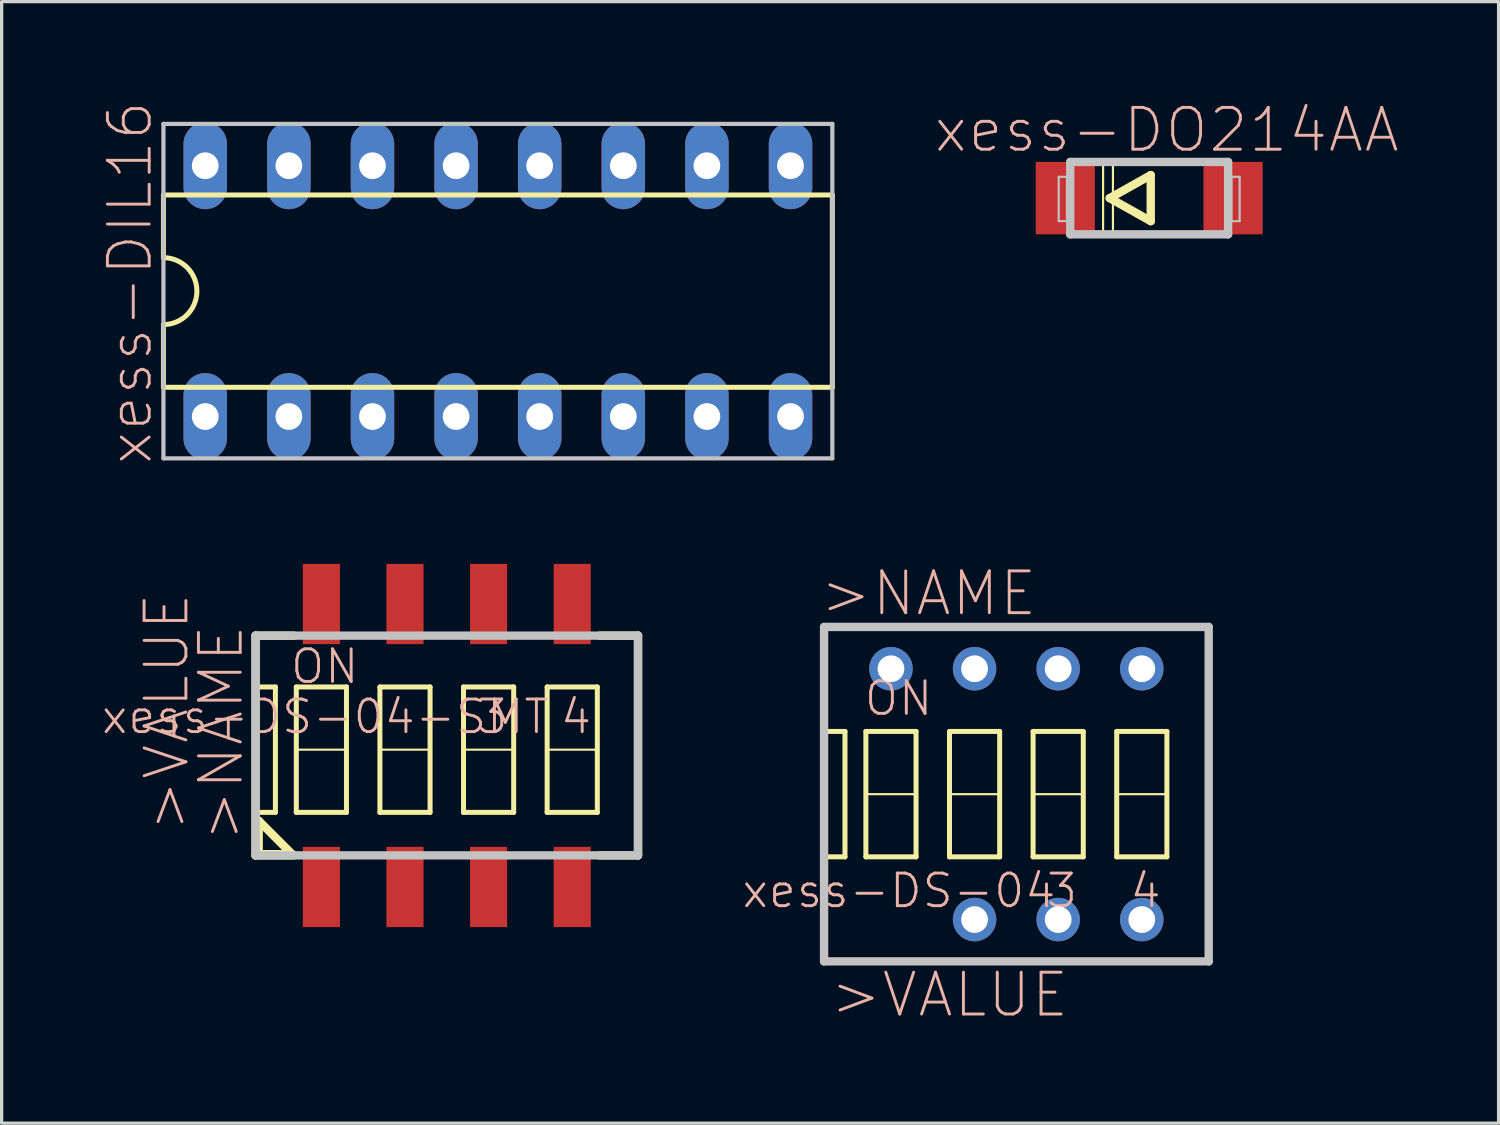
<source format=kicad_pcb>
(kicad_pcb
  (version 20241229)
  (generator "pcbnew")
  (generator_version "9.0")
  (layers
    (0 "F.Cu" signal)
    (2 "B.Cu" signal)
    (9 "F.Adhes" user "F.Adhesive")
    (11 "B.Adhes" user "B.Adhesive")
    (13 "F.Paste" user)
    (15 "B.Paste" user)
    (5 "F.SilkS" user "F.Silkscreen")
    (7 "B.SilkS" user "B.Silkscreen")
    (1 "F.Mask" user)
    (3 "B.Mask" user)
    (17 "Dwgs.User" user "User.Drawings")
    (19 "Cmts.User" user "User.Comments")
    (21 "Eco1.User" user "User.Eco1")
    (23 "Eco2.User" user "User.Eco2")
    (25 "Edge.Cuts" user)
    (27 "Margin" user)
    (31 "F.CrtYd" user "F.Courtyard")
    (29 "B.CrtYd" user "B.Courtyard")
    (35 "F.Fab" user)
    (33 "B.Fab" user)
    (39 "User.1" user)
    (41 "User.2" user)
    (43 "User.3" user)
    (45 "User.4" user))
  (footprint "xess-DS-04"
    (layer "F.Cu")
    (at 27.826 21.075)
    (property "Reference" "xess-DS-04" (at -3.569 2.934 0) (layer "B.SilkS") (effects (font (size 0.991 0.991) (thickness 0.089))))
    (attr exclude_from_pos_files exclude_from_bom)
    (fp_line (start -5.842 -5.08) (end -5.842 -1.905) (stroke (width 0.152) (type solid)) (layer "F.SilkS"))
    (fp_line (start -5.842 -1.905) (end -5.842 1.905) (stroke (width 0.152) (type solid)) (layer "F.SilkS"))
    (fp_line (start -5.842 -1.905) (end -5.207 -1.905) (stroke (width 0.152) (type solid)) (layer "F.SilkS"))
    (fp_line (start -5.842 1.905) (end -5.842 5.08) (stroke (width 0.152) (type solid)) (layer "F.SilkS"))
    (fp_line (start -5.842 1.905) (end -5.207 1.905) (stroke (width 0.152) (type solid)) (layer "F.SilkS"))
    (fp_line (start -5.842 5.08) (end 5.842 5.08) (stroke (width 0.152) (type solid)) (layer "F.SilkS"))
    (fp_line (start -5.207 1.905) (end -5.207 -1.905) (stroke (width 0.152) (type solid)) (layer "F.SilkS"))
    (fp_line (start -4.572 -1.905) (end -4.572 1.905) (stroke (width 0.152) (type solid)) (layer "F.SilkS"))
    (fp_line (start -4.572 -1.905) (end -3.048 -1.905) (stroke (width 0.152) (type solid)) (layer "F.SilkS"))
    (fp_line (start -4.572 0) (end -3.048 0) (stroke (width 0.066) (type solid)) (layer "F.SilkS"))
    (fp_line (start -4.572 1.905) (end -4.572 0) (stroke (width 0.066) (type solid)) (layer "F.SilkS"))
    (fp_line (start -4.572 1.905) (end -3.048 1.905) (stroke (width 0.066) (type solid)) (layer "F.SilkS"))
    (fp_line (start -3.048 1.905) (end -4.572 1.905) (stroke (width 0.152) (type solid)) (layer "F.SilkS"))
    (fp_line (start -3.048 1.905) (end -3.048 -1.905) (stroke (width 0.152) (type solid)) (layer "F.SilkS"))
    (fp_line (start -3.048 1.905) (end -3.048 0) (stroke (width 0.066) (type solid)) (layer "F.SilkS"))
    (fp_line (start -2.032 -1.905) (end -2.032 1.905) (stroke (width 0.152) (type solid)) (layer "F.SilkS"))
    (fp_line (start -2.032 -1.905) (end -0.508 -1.905) (stroke (width 0.152) (type solid)) (layer "F.SilkS"))
    (fp_line (start -2.032 0) (end -0.508 0) (stroke (width 0.066) (type solid)) (layer "F.SilkS"))
    (fp_line (start -2.032 1.905) (end -2.032 0) (stroke (width 0.066) (type solid)) (layer "F.SilkS"))
    (fp_line (start -2.032 1.905) (end -0.508 1.905) (stroke (width 0.066) (type solid)) (layer "F.SilkS"))
    (fp_line (start -0.508 1.905) (end -2.032 1.905) (stroke (width 0.152) (type solid)) (layer "F.SilkS"))
    (fp_line (start -0.508 1.905) (end -0.508 -1.905) (stroke (width 0.152) (type solid)) (layer "F.SilkS"))
    (fp_line (start -0.508 1.905) (end -0.508 0) (stroke (width 0.066) (type solid)) (layer "F.SilkS"))
    (fp_line (start 0.508 -1.905) (end 0.508 1.905) (stroke (width 0.152) (type solid)) (layer "F.SilkS"))
    (fp_line (start 0.508 -1.905) (end 2.032 -1.905) (stroke (width 0.152) (type solid)) (layer "F.SilkS"))
    (fp_line (start 0.508 0) (end 2.032 0) (stroke (width 0.066) (type solid)) (layer "F.SilkS"))
    (fp_line (start 0.508 1.905) (end 0.508 0) (stroke (width 0.066) (type solid)) (layer "F.SilkS"))
    (fp_line (start 0.508 1.905) (end 2.032 1.905) (stroke (width 0.066) (type solid)) (layer "F.SilkS"))
    (fp_line (start 2.032 1.905) (end 0.508 1.905) (stroke (width 0.152) (type solid)) (layer "F.SilkS"))
    (fp_line (start 2.032 1.905) (end 2.032 -1.905) (stroke (width 0.152) (type solid)) (layer "F.SilkS"))
    (fp_line (start 2.032 1.905) (end 2.032 0) (stroke (width 0.066) (type solid)) (layer "F.SilkS"))
    (fp_line (start 3.048 -1.905) (end 3.048 1.905) (stroke (width 0.152) (type solid)) (layer "F.SilkS"))
    (fp_line (start 3.048 -1.905) (end 4.572 -1.905) (stroke (width 0.152) (type solid)) (layer "F.SilkS"))
    (fp_line (start 3.048 0) (end 4.572 0) (stroke (width 0.066) (type solid)) (layer "F.SilkS"))
    (fp_line (start 3.048 1.905) (end 3.048 0) (stroke (width 0.066) (type solid)) (layer "F.SilkS"))
    (fp_line (start 3.048 1.905) (end 4.572 1.905) (stroke (width 0.066) (type solid)) (layer "F.SilkS"))
    (fp_line (start 4.572 1.905) (end 3.048 1.905) (stroke (width 0.152) (type solid)) (layer "F.SilkS"))
    (fp_line (start 4.572 1.905) (end 4.572 -1.905) (stroke (width 0.152) (type solid)) (layer "F.SilkS"))
    (fp_line (start 4.572 1.905) (end 4.572 0) (stroke (width 0.066) (type solid)) (layer "F.SilkS"))
    (fp_line (start 5.842 -5.08) (end -5.842 -5.08) (stroke (width 0.152) (type solid)) (layer "F.SilkS"))
    (fp_line (start 5.842 5.08) (end 5.842 -5.08) (stroke (width 0.152) (type solid)) (layer "F.SilkS"))
    (fp_line (start -5.842 -5.08) (end -5.842 5.08) (stroke (width 0.254) (type solid)) (layer "Dwgs.User"))
    (fp_line (start -5.842 5.08) (end 5.842 5.08) (stroke (width 0.254) (type solid)) (layer "Dwgs.User"))
    (fp_line (start 5.842 -5.08) (end -5.842 -5.08) (stroke (width 0.254) (type solid)) (layer "Dwgs.User"))
    (fp_line (start 5.842 5.08) (end 5.842 -5.08) (stroke (width 0.254) (type solid)) (layer "Dwgs.User"))
    (fp_text user "4" (at 3.924 2.934 0) (layer "B.SilkS") (effects (font (size 0.991 0.991) (thickness 0.089))))
    (fp_text user ">NAME" (at -2.667 -6.096 0) (layer "B.SilkS") (effects (font (size 1.27 1.27) (thickness 0.089))))
    (fp_text user "ON" (at -3.579 -2.908 0) (layer "B.SilkS") (effects (font (size 0.991 0.991) (thickness 0.089))))
    (fp_text user ">VALUE" (at -2.032 6.096 0) (layer "B.SilkS") (effects (font (size 1.27 1.27) (thickness 0.089))))
    (fp_text user "3" (at 1.384 2.934 0) (layer "B.SilkS") (effects (font (size 0.991 0.991) (thickness 0.089))))
    (pad "1" thru_hole rect (at -3.81 3.81) (size 0.001 0.001) (drill 0.813) (layers "*.Cu" "*.Mask"))
    (pad "2" thru_hole circle (at -1.27 3.81) (size 1.321 1.321) (drill 0.813) (layers "*.Cu" "*.Mask"))
    (pad "3" thru_hole circle (at 1.27 3.81) (size 1.321 1.321) (drill 0.813) (layers "*.Cu" "*.Mask"))
    (pad "4" thru_hole circle (at 3.81 3.81) (size 1.321 1.321) (drill 0.813) (layers "*.Cu" "*.Mask"))
    (pad "5" thru_hole circle (at 3.81 -3.81) (size 1.321 1.321) (drill 0.813) (layers "*.Cu" "*.Mask"))
    (pad "6" thru_hole circle (at 1.27 -3.81) (size 1.321 1.321) (drill 0.813) (layers "*.Cu" "*.Mask"))
    (pad "7" thru_hole circle (at -1.27 -3.81) (size 1.321 1.321) (drill 0.813) (layers "*.Cu" "*.Mask"))
    (pad "8" thru_hole circle (at -3.81 -3.81) (size 1.321 1.321) (drill 0.813) (layers "*.Cu" "*.Mask")))
  (footprint "xess-DS-04-SMT"
    (layer "F.Cu")
    (at 10.523 19.597)
    (property "Reference" "xess-DS-04-SMT" (at -3.696 -0.876 0) (layer "B.SilkS") (effects (font (size 0.991 0.991) (thickness 0.089))))
    (attr smd)
    (fp_line (start -5.842 -1.778) (end -5.842 2.032) (stroke (width 0.152) (type solid)) (layer "F.SilkS"))
    (fp_line (start -5.842 -1.778) (end -5.207 -1.778) (stroke (width 0.152) (type solid)) (layer "F.SilkS"))
    (fp_line (start -5.842 2.032) (end -5.207 2.032) (stroke (width 0.152) (type solid)) (layer "F.SilkS"))
    (fp_line (start -5.809 -3.338) (end -4.648 -3.338) (stroke (width 0.254) (type solid)) (layer "F.SilkS"))
    (fp_line (start -5.809 3.338) (end -5.809 -3.338) (stroke (width 0.254) (type solid)) (layer "F.SilkS"))
    (fp_line (start -5.715 2.286) (end -4.699 3.302) (stroke (width 0.254) (type solid)) (layer "F.SilkS"))
    (fp_line (start -5.715 3.302) (end -5.715 2.286) (stroke (width 0.254) (type solid)) (layer "F.SilkS"))
    (fp_line (start -5.207 2.032) (end -5.207 -1.778) (stroke (width 0.152) (type solid)) (layer "F.SilkS"))
    (fp_line (start -4.699 3.302) (end -5.715 3.302) (stroke (width 0.254) (type solid)) (layer "F.SilkS"))
    (fp_line (start -4.648 3.338) (end -5.809 3.338) (stroke (width 0.254) (type solid)) (layer "F.SilkS"))
    (fp_line (start -4.572 -1.778) (end -4.572 2.032) (stroke (width 0.152) (type solid)) (layer "F.SilkS"))
    (fp_line (start -4.572 -1.778) (end -3.048 -1.778) (stroke (width 0.152) (type solid)) (layer "F.SilkS"))
    (fp_line (start -4.572 0.127) (end -3.048 0.127) (stroke (width 0.066) (type solid)) (layer "F.SilkS"))
    (fp_line (start -4.572 2.032) (end -4.572 0.127) (stroke (width 0.066) (type solid)) (layer "F.SilkS"))
    (fp_line (start -4.572 2.032) (end -3.048 2.032) (stroke (width 0.066) (type solid)) (layer "F.SilkS"))
    (fp_line (start -3.048 2.032) (end -4.572 2.032) (stroke (width 0.152) (type solid)) (layer "F.SilkS"))
    (fp_line (start -3.048 2.032) (end -3.048 -1.778) (stroke (width 0.152) (type solid)) (layer "F.SilkS"))
    (fp_line (start -3.048 2.032) (end -3.048 0.127) (stroke (width 0.066) (type solid)) (layer "F.SilkS"))
    (fp_line (start -2.032 -1.778) (end -2.032 2.032) (stroke (width 0.152) (type solid)) (layer "F.SilkS"))
    (fp_line (start -2.032 -1.778) (end -0.508 -1.778) (stroke (width 0.152) (type solid)) (layer "F.SilkS"))
    (fp_line (start -2.032 0.127) (end -0.508 0.127) (stroke (width 0.066) (type solid)) (layer "F.SilkS"))
    (fp_line (start -2.032 2.032) (end -2.032 0.127) (stroke (width 0.066) (type solid)) (layer "F.SilkS"))
    (fp_line (start -2.032 2.032) (end -0.508 2.032) (stroke (width 0.066) (type solid)) (layer "F.SilkS"))
    (fp_line (start -0.508 2.032) (end -2.032 2.032) (stroke (width 0.152) (type solid)) (layer "F.SilkS"))
    (fp_line (start -0.508 2.032) (end -0.508 -1.778) (stroke (width 0.152) (type solid)) (layer "F.SilkS"))
    (fp_line (start -0.508 2.032) (end -0.508 0.127) (stroke (width 0.066) (type solid)) (layer "F.SilkS"))
    (fp_line (start 0.508 -1.778) (end 0.508 2.032) (stroke (width 0.152) (type solid)) (layer "F.SilkS"))
    (fp_line (start 0.508 -1.778) (end 2.032 -1.778) (stroke (width 0.152) (type solid)) (layer "F.SilkS"))
    (fp_line (start 0.508 0.127) (end 2.032 0.127) (stroke (width 0.066) (type solid)) (layer "F.SilkS"))
    (fp_line (start 0.508 2.032) (end 0.508 0.127) (stroke (width 0.066) (type solid)) (layer "F.SilkS"))
    (fp_line (start 0.508 2.032) (end 2.032 2.032) (stroke (width 0.066) (type solid)) (layer "F.SilkS"))
    (fp_line (start 2.032 2.032) (end 0.508 2.032) (stroke (width 0.152) (type solid)) (layer "F.SilkS"))
    (fp_line (start 2.032 2.032) (end 2.032 -1.778) (stroke (width 0.152) (type solid)) (layer "F.SilkS"))
    (fp_line (start 2.032 2.032) (end 2.032 0.127) (stroke (width 0.066) (type solid)) (layer "F.SilkS"))
    (fp_line (start 3.048 -1.778) (end 3.048 2.032) (stroke (width 0.152) (type solid)) (layer "F.SilkS"))
    (fp_line (start 3.048 -1.778) (end 4.572 -1.778) (stroke (width 0.152) (type solid)) (layer "F.SilkS"))
    (fp_line (start 3.048 0.127) (end 4.572 0.127) (stroke (width 0.066) (type solid)) (layer "F.SilkS"))
    (fp_line (start 3.048 2.032) (end 3.048 0.127) (stroke (width 0.066) (type solid)) (layer "F.SilkS"))
    (fp_line (start 3.048 2.032) (end 4.572 2.032) (stroke (width 0.066) (type solid)) (layer "F.SilkS"))
    (fp_line (start 4.572 2.032) (end 3.048 2.032) (stroke (width 0.152) (type solid)) (layer "F.SilkS"))
    (fp_line (start 4.572 2.032) (end 4.572 -1.778) (stroke (width 0.152) (type solid)) (layer "F.SilkS"))
    (fp_line (start 4.572 2.032) (end 4.572 0.127) (stroke (width 0.066) (type solid)) (layer "F.SilkS"))
    (fp_line (start 4.648 3.338) (end 5.809 3.338) (stroke (width 0.254) (type solid)) (layer "F.SilkS"))
    (fp_line (start 5.809 -3.338) (end 4.648 -3.338) (stroke (width 0.254) (type solid)) (layer "F.SilkS"))
    (fp_line (start 5.809 3.338) (end 5.809 -3.338) (stroke (width 0.254) (type solid)) (layer "F.SilkS"))
    (fp_line (start -5.809 -3.338) (end -5.809 3.338) (stroke (width 0.254) (type solid)) (layer "Dwgs.User"))
    (fp_line (start -5.809 3.338) (end 5.809 3.338) (stroke (width 0.254) (type solid)) (layer "Dwgs.User"))
    (fp_line (start 5.809 -3.338) (end -5.809 -3.338) (stroke (width 0.254) (type solid)) (layer "Dwgs.User"))
    (fp_line (start 5.809 3.338) (end 5.809 -3.338) (stroke (width 0.254) (type solid)) (layer "Dwgs.User"))
    (fp_text user "4" (at 3.924 -0.876 0) (layer "B.SilkS") (effects (font (size 0.991 0.991) (thickness 0.089))))
    (fp_text user ">NAME" (at -6.858 -0.381 90) (layer "B.SilkS") (effects (font (size 1.27 1.27) (thickness 0.089))))
    (fp_text user "ON" (at -3.708 -2.4 0) (layer "B.SilkS") (effects (font (size 0.991 0.991) (thickness 0.089))))
    (fp_text user "3" (at 1.384 -0.876 0) (layer "B.SilkS") (effects (font (size 0.991 0.991) (thickness 0.089))))
    (fp_text user ">VALUE" (at -8.509 -1.016 90) (layer "B.SilkS") (effects (font (size 1.27 1.27) (thickness 0.089))))
    (pad "1" smd rect (at -3.81 4.298) (size 1.128 2.438) (layers "F.Cu" "F.Mask" "F.Paste"))
    (pad "2" smd rect (at -1.27 4.298) (size 1.128 2.438) (layers "F.Cu" "F.Mask" "F.Paste"))
    (pad "3" smd rect (at 1.27 4.298) (size 1.128 2.438) (layers "F.Cu" "F.Mask" "F.Paste"))
    (pad "4" smd rect (at 3.81 4.298) (size 1.128 2.438) (layers "F.Cu" "F.Mask" "F.Paste"))
    (pad "5" smd rect (at 3.81 -4.298) (size 1.128 2.438) (layers "F.Cu" "F.Mask" "F.Paste"))
    (pad "6" smd rect (at 1.27 -4.298) (size 1.128 2.438) (layers "F.Cu" "F.Mask" "F.Paste"))
    (pad "7" smd rect (at -1.27 -4.298) (size 1.128 2.438) (layers "F.Cu" "F.Mask" "F.Paste"))
    (pad "8" smd rect (at -3.81 -4.298) (size 1.128 2.438) (layers "F.Cu" "F.Mask" "F.Paste")))
  (footprint "xess-DO214AA"
    (layer "F.Cu")
    (at 31.86 2.969)
    (property "Reference" "xess-DO214AA" (at 0.533 -2.07 0) (layer "B.SilkS") (effects (font (size 1.27 1.27) (thickness 0.089))))
    (attr smd)
    (fp_line (start -1.4 -1.049) (end -1.1 -1.049) (stroke (width 0.066) (type solid)) (layer "F.SilkS"))
    (fp_line (start -1.4 1.049) (end -1.4 -1.049) (stroke (width 0.066) (type solid)) (layer "F.SilkS"))
    (fp_line (start -1.4 1.049) (end -1.1 1.049) (stroke (width 0.066) (type solid)) (layer "F.SilkS"))
    (fp_line (start -1.199 0) (end 0.048 -0.699) (stroke (width 0.254) (type solid)) (layer "F.SilkS"))
    (fp_line (start -1.1 1.049) (end -1.1 -1.049) (stroke (width 0.066) (type solid)) (layer "F.SilkS"))
    (fp_line (start 0.048 -0.699) (end 0.048 0.699) (stroke (width 0.254) (type solid)) (layer "F.SilkS"))
    (fp_line (start 0.048 0.699) (end -1.199 0) (stroke (width 0.254) (type solid)) (layer "F.SilkS"))
    (fp_line (start -2.748 -0.648) (end -2.499 -0.648) (stroke (width 0.066) (type solid)) (layer "Dwgs.User"))
    (fp_line (start -2.748 0.699) (end -2.748 -0.648) (stroke (width 0.066) (type solid)) (layer "Dwgs.User"))
    (fp_line (start -2.748 0.699) (end -2.499 0.699) (stroke (width 0.066) (type solid)) (layer "Dwgs.User"))
    (fp_line (start -2.499 0.699) (end -2.499 -0.648) (stroke (width 0.066) (type solid)) (layer "Dwgs.User"))
    (fp_line (start -2.398 -1.1) (end 2.398 -1.1) (stroke (width 0.254) (type solid)) (layer "Dwgs.User"))
    (fp_line (start -2.398 1.1) (end -2.398 -1.1) (stroke (width 0.254) (type solid)) (layer "Dwgs.User"))
    (fp_line (start 2.398 -1.1) (end 2.398 1.1) (stroke (width 0.254) (type solid)) (layer "Dwgs.User"))
    (fp_line (start 2.398 1.1) (end -2.398 1.1) (stroke (width 0.254) (type solid)) (layer "Dwgs.User"))
    (fp_line (start 2.499 -0.648) (end 2.748 -0.648) (stroke (width 0.066) (type solid)) (layer "Dwgs.User"))
    (fp_line (start 2.499 0.699) (end 2.499 -0.648) (stroke (width 0.066) (type solid)) (layer "Dwgs.User"))
    (fp_line (start 2.499 0.699) (end 2.748 0.699) (stroke (width 0.066) (type solid)) (layer "Dwgs.User"))
    (fp_line (start 2.748 0.699) (end 2.748 -0.648) (stroke (width 0.066) (type solid)) (layer "Dwgs.User"))
    (pad "A" smd rect (at 2.548 0) (size 1.798 2.2) (layers "F.Cu" "F.Mask" "F.Paste"))
    (pad "C" smd rect (at -2.548 0) (size 1.798 2.2) (layers "F.Cu" "F.Mask" "F.Paste")))
  (footprint "xess-DIL16"
    (layer "F.Cu")
    (at 12.075 5.794)
    (property "Reference" "xess-DIL16" (at -11.176 -0.254 90) (layer "B.SilkS") (effects (font (size 1.27 1.27) (thickness 0.089))))
    (attr exclude_from_pos_files exclude_from_bom)
    (fp_line (start -10.16 -2.921) (end -10.16 -1.016) (stroke (width 0.152) (type solid)) (layer "F.SilkS"))
    (fp_line (start -10.16 2.921) (end -10.16 1.016) (stroke (width 0.152) (type solid)) (layer "F.SilkS"))
    (fp_line (start -10.16 2.921) (end 10.16 2.921) (stroke (width 0.152) (type solid)) (layer "F.SilkS"))
    (fp_line (start 10.16 -2.921) (end -10.16 -2.921) (stroke (width 0.152) (type solid)) (layer "F.SilkS"))
    (fp_line (start 10.16 -2.921) (end 10.16 2.921) (stroke (width 0.152) (type solid)) (layer "F.SilkS"))
    (fp_arc (start -10.16 -1.016) (mid -9.144 0) (end -10.16 1.016) (stroke (width 0.1524) (type solid)) (layer "F.SilkS"))
    (fp_line (start -10.16 -5.08) (end -10.16 5.08) (stroke (width 0.127) (type solid)) (layer "Dwgs.User"))
    (fp_line (start -10.16 5.08) (end 10.16 5.08) (stroke (width 0.127) (type solid)) (layer "Dwgs.User"))
    (fp_line (start 10.16 -5.08) (end -10.16 -5.08) (stroke (width 0.127) (type solid)) (layer "Dwgs.User"))
    (fp_line (start 10.16 5.08) (end 10.16 -5.08) (stroke (width 0.127) (type solid)) (layer "Dwgs.User"))
    (pad "1" thru_hole oval (at -8.89 3.81) (size 1.321 2.642) (drill 0.813) (layers "*.Cu" "*.Mask"))
    (pad "2" thru_hole oval (at -6.35 3.81) (size 1.321 2.642) (drill 0.813) (layers "*.Cu" "*.Mask"))
    (pad "3" thru_hole oval (at -3.81 3.81) (size 1.321 2.642) (drill 0.813) (layers "*.Cu" "*.Mask"))
    (pad "4" thru_hole oval (at -1.27 3.81) (size 1.321 2.642) (drill 0.813) (layers "*.Cu" "*.Mask"))
    (pad "5" thru_hole oval (at 1.27 3.81) (size 1.321 2.642) (drill 0.813) (layers "*.Cu" "*.Mask"))
    (pad "6" thru_hole oval (at 3.81 3.81) (size 1.321 2.642) (drill 0.813) (layers "*.Cu" "*.Mask"))
    (pad "7" thru_hole oval (at 6.35 3.81) (size 1.321 2.642) (drill 0.813) (layers "*.Cu" "*.Mask"))
    (pad "8" thru_hole oval (at 8.89 3.81) (size 1.321 2.642) (drill 0.813) (layers "*.Cu" "*.Mask"))
    (pad "9" thru_hole oval (at 8.89 -3.81) (size 1.321 2.642) (drill 0.813) (layers "*.Cu" "*.Mask"))
    (pad "10" thru_hole oval (at 6.35 -3.81) (size 1.321 2.642) (drill 0.813) (layers "*.Cu" "*.Mask"))
    (pad "11" thru_hole oval (at 3.81 -3.81) (size 1.321 2.642) (drill 0.813) (layers "*.Cu" "*.Mask"))
    (pad "12" thru_hole oval (at 1.27 -3.81) (size 1.321 2.642) (drill 0.813) (layers "*.Cu" "*.Mask"))
    (pad "13" thru_hole oval (at -1.27 -3.81) (size 1.321 2.642) (drill 0.813) (layers "*.Cu" "*.Mask"))
    (pad "14" thru_hole oval (at -3.81 -3.81) (size 1.321 2.642) (drill 0.813) (layers "*.Cu" "*.Mask"))
    (pad "15" thru_hole oval (at -6.35 -3.81) (size 1.321 2.642) (drill 0.813) (layers "*.Cu" "*.Mask"))
    (pad "16" thru_hole oval (at -8.89 -3.81) (size 1.321 2.642) (drill 0.813) (layers "*.Cu" "*.Mask")))
  (gr_rect
    (start -3 -3)
    (end 42.475 31.07)
    (stroke (width 0.1) (type default))
    (fill no)
    (layer "Edge.Cuts")))
</source>
